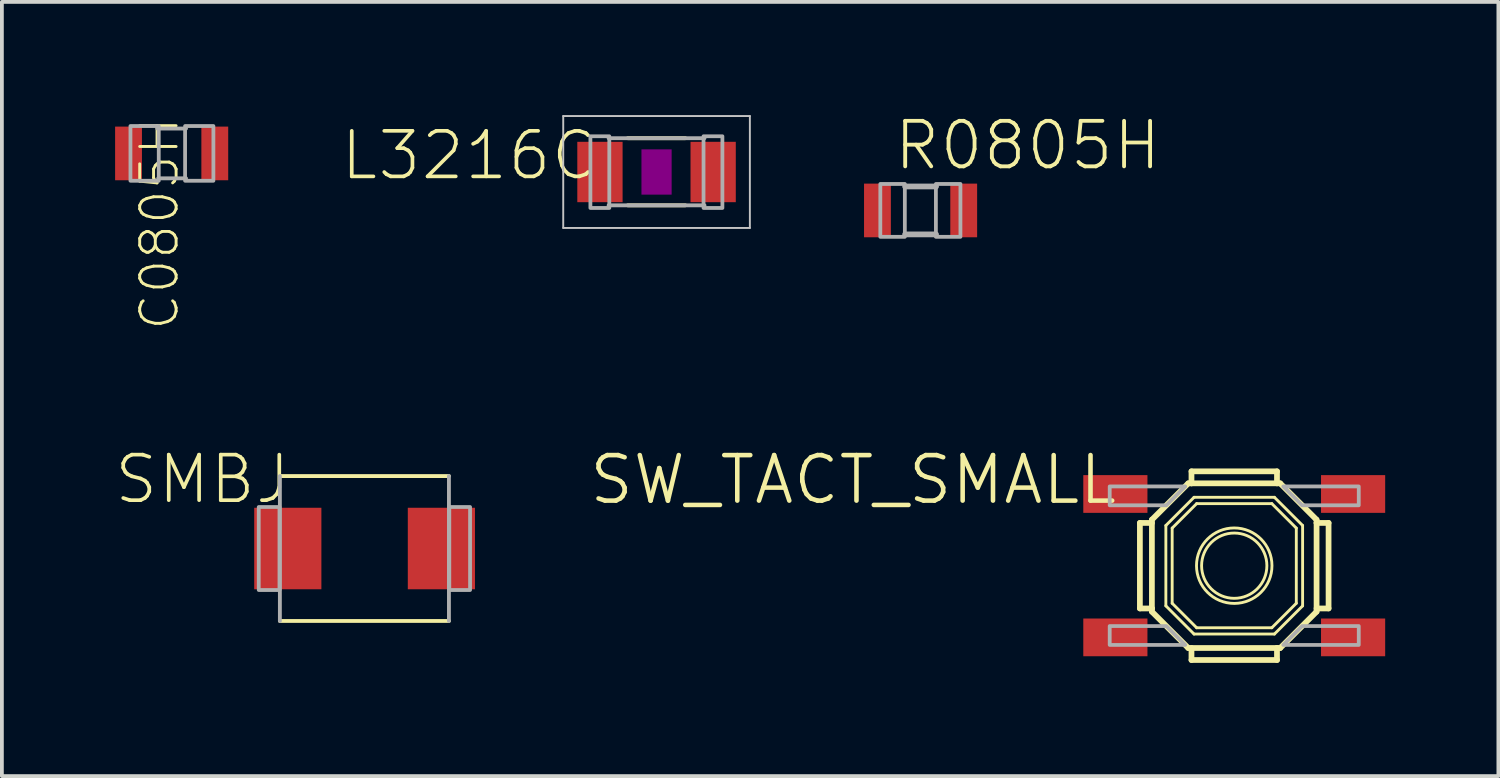
<source format=kicad_pcb>
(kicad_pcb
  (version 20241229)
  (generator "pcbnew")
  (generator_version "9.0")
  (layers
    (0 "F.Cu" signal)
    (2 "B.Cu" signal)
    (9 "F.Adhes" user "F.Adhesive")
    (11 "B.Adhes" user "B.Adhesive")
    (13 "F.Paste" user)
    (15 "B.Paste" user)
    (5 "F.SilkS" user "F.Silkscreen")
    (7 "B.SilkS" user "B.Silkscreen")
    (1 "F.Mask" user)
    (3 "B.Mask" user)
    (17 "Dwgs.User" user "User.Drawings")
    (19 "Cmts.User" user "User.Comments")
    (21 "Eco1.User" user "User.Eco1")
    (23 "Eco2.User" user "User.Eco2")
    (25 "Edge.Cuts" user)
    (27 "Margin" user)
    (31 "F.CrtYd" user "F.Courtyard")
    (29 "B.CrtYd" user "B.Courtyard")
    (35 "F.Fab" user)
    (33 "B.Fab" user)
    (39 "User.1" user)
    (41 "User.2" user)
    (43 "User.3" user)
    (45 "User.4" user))
  (footprint "SW_TACT_SMALL"
    (layer "F.Cu")
    (at 29.658 11.941)
    (property "Reference" "SW_TACT_SMALL" (at -3.04 -2.982 180) (layer "F.SilkS") (effects (font (size 1.206 1.206) (thickness 0.121)) (justify right top)))
    (attr through_hole)
    (fp_line (start -2.5 -1.133) (end -2.181 -1.133) (stroke (width 0.152) (type solid)) (layer "F.SilkS"))
    (fp_line (start -2.5 1.133) (end -2.5 -1.133) (stroke (width 0.152) (type solid)) (layer "F.SilkS"))
    (fp_line (start -2.182 -1.218) (end -1.218 -2.182) (stroke (width 0.152) (type solid)) (layer "F.SilkS"))
    (fp_line (start -2.182 1.133) (end -2.5 1.133) (stroke (width 0.152) (type solid)) (layer "F.SilkS"))
    (fp_line (start -2.182 1.133) (end -2.182 -1.218) (stroke (width 0.152) (type solid)) (layer "F.SilkS"))
    (fp_line (start -2.182 1.218) (end -2.182 1.133) (stroke (width 0.152) (type solid)) (layer "F.SilkS"))
    (fp_line (start -1.812 -1.065) (end -1.065 -1.812) (stroke (width 0.076) (type solid)) (layer "F.SilkS"))
    (fp_line (start -1.812 1.065) (end -1.812 -1.065) (stroke (width 0.076) (type solid)) (layer "F.SilkS"))
    (fp_line (start -1.645 -0.996) (end -0.996 -1.645) (stroke (width 0.076) (type solid)) (layer "F.SilkS"))
    (fp_line (start -1.645 0.996) (end -1.645 -0.996) (stroke (width 0.076) (type solid)) (layer "F.SilkS"))
    (fp_line (start -1.218 -2.182) (end -1.133 -2.182) (stroke (width 0.152) (type solid)) (layer "F.SilkS"))
    (fp_line (start -1.218 2.182) (end -2.182 1.218) (stroke (width 0.152) (type solid)) (layer "F.SilkS"))
    (fp_line (start -1.133 -2.5) (end 1.133 -2.5) (stroke (width 0.152) (type solid)) (layer "F.SilkS"))
    (fp_line (start -1.133 -2.182) (end -1.133 -2.5) (stroke (width 0.152) (type solid)) (layer "F.SilkS"))
    (fp_line (start -1.133 -2.182) (end 1.218 -2.182) (stroke (width 0.152) (type solid)) (layer "F.SilkS"))
    (fp_line (start -1.133 2.5) (end -1.133 2.181) (stroke (width 0.152) (type solid)) (layer "F.SilkS"))
    (fp_line (start -1.065 -1.812) (end 1.065 -1.812) (stroke (width 0.076) (type solid)) (layer "F.SilkS"))
    (fp_line (start -1.065 1.812) (end -1.812 1.065) (stroke (width 0.076) (type solid)) (layer "F.SilkS"))
    (fp_line (start -0.996 -1.645) (end 0.996 -1.645) (stroke (width 0.076) (type solid)) (layer "F.SilkS"))
    (fp_line (start -0.996 1.645) (end -1.645 0.996) (stroke (width 0.076) (type solid)) (layer "F.SilkS"))
    (fp_line (start 0.996 -1.645) (end 1.645 -0.996) (stroke (width 0.076) (type solid)) (layer "F.SilkS"))
    (fp_line (start 0.996 1.645) (end -0.996 1.645) (stroke (width 0.076) (type solid)) (layer "F.SilkS"))
    (fp_line (start 1.065 -1.812) (end 1.812 -1.065) (stroke (width 0.076) (type solid)) (layer "F.SilkS"))
    (fp_line (start 1.065 1.812) (end -1.065 1.812) (stroke (width 0.076) (type solid)) (layer "F.SilkS"))
    (fp_line (start 1.133 -2.5) (end 1.133 -2.181) (stroke (width 0.152) (type solid)) (layer "F.SilkS"))
    (fp_line (start 1.133 2.182) (end -1.218 2.182) (stroke (width 0.152) (type solid)) (layer "F.SilkS"))
    (fp_line (start 1.133 2.182) (end 1.133 2.5) (stroke (width 0.152) (type solid)) (layer "F.SilkS"))
    (fp_line (start 1.133 2.5) (end -1.133 2.5) (stroke (width 0.152) (type solid)) (layer "F.SilkS"))
    (fp_line (start 1.218 -2.182) (end 2.182 -1.218) (stroke (width 0.152) (type solid)) (layer "F.SilkS"))
    (fp_line (start 1.218 2.182) (end 1.133 2.182) (stroke (width 0.152) (type solid)) (layer "F.SilkS"))
    (fp_line (start 1.645 -0.996) (end 1.645 0.996) (stroke (width 0.076) (type solid)) (layer "F.SilkS"))
    (fp_line (start 1.645 0.996) (end 0.996 1.645) (stroke (width 0.076) (type solid)) (layer "F.SilkS"))
    (fp_line (start 1.812 -1.065) (end 1.812 1.065) (stroke (width 0.076) (type solid)) (layer "F.SilkS"))
    (fp_line (start 1.812 1.065) (end 1.065 1.812) (stroke (width 0.076) (type solid)) (layer "F.SilkS"))
    (fp_line (start 2.182 -1.218) (end 2.182 -1.133) (stroke (width 0.152) (type solid)) (layer "F.SilkS"))
    (fp_line (start 2.182 -1.133) (end 2.182 1.218) (stroke (width 0.152) (type solid)) (layer "F.SilkS"))
    (fp_line (start 2.182 -1.133) (end 2.5 -1.133) (stroke (width 0.152) (type solid)) (layer "F.SilkS"))
    (fp_line (start 2.182 1.218) (end 1.218 2.182) (stroke (width 0.152) (type solid)) (layer "F.SilkS"))
    (fp_line (start 2.5 -1.133) (end 2.5 1.133) (stroke (width 0.152) (type solid)) (layer "F.SilkS"))
    (fp_line (start 2.5 1.133) (end 2.181 1.133) (stroke (width 0.152) (type solid)) (layer "F.SilkS"))
    (fp_circle (center 0 0) (end 0.865 0) (stroke (width 0.076) (type solid)) (fill no) (layer "F.SilkS"))
    (fp_circle (center 0 0) (end 1 0) (stroke (width 0.076) (type solid)) (fill no) (layer "F.SilkS"))
    (fp_poly (pts (xy -1.3 -2.1) (xy -3.3 -2.1) (xy -3.3 -1.6) (xy -1.8 -1.6)) (stroke (width 0.1) (type solid)) (fill no) (layer "F.Fab"))
    (fp_poly (pts (xy -1.3 2.1) (xy -3.3 2.1) (xy -3.3 1.6) (xy -1.8 1.6)) (stroke (width 0.1) (type solid)) (fill no) (layer "F.Fab"))
    (fp_poly (pts (xy 1.3 -2.1) (xy 3.3 -2.1) (xy 3.3 -1.6) (xy 1.8 -1.6)) (stroke (width 0.1) (type solid)) (fill no) (layer "F.Fab"))
    (fp_poly (pts (xy 1.3 2.1) (xy 3.3 2.1) (xy 3.3 1.6) (xy 1.8 1.6)) (stroke (width 0.1) (type solid)) (fill no) (layer "F.Fab"))
    (pad "1" smd rect (at -3.15 -1.9 90) (size 1 1.7) (layers "F.Cu" "F.Mask" "F.Paste"))
    (pad "2" smd rect (at 3.15 -1.9 90) (size 1 1.7) (layers "F.Cu" "F.Mask" "F.Paste"))
    (pad "3" smd rect (at -3.15 1.9 90) (size 1 1.7) (layers "F.Cu" "F.Mask" "F.Paste"))
    (pad "4" smd rect (at 3.15 1.9 90) (size 1 1.7) (layers "F.Cu" "F.Mask" "F.Paste")))
  (footprint "L3216C"
    (layer "F.Cu")
    (at 14.349 1.508)
    (property "Reference" "L3216C" (at -1.524 -1.143 180) (layer "F.SilkS") (effects (font (size 1.206 1.206) (thickness 0.097)) (justify right top)))
    (attr through_hole)
    (fp_line (start -0.762 -0.896) (end 0.762 -0.896) (stroke (width 0.102) (type solid)) (layer "F.SilkS"))
    (fp_line (start -0.762 0.883) (end 0.762 0.883) (stroke (width 0.102) (type solid)) (layer "F.SilkS"))
    (fp_poly (pts (xy -0.4 0.6) (xy 0.4 0.6) (xy 0.4 -0.6) (xy -0.4 -0.6)) (stroke (width 0) (type solid)) (fill yes) (layer "F.Adhes"))
    (fp_line (start -2.473 -1.483) (end 2.473 -1.483) (stroke (width 0.051) (type solid)) (layer "Dwgs.User"))
    (fp_line (start -2.473 1.483) (end -2.473 -1.483) (stroke (width 0.051) (type solid)) (layer "Dwgs.User"))
    (fp_line (start 2.473 -1.483) (end 2.473 1.483) (stroke (width 0.051) (type solid)) (layer "Dwgs.User"))
    (fp_line (start 2.473 1.483) (end -2.473 1.483) (stroke (width 0.051) (type solid)) (layer "Dwgs.User"))
    (fp_line (start -1.27 -0.896) (end 1.27 -0.896) (stroke (width 0.102) (type solid)) (layer "F.Fab"))
    (fp_line (start -1.27 0.883) (end 1.27 0.883) (stroke (width 0.102) (type solid)) (layer "F.Fab"))
    (fp_poly (pts (xy -1.753 0.953) (xy -1.252 0.953) (xy -1.252 -0.947) (xy -1.753 -0.947)) (stroke (width 0.1) (type solid)) (fill no) (layer "F.Fab"))
    (fp_poly (pts (xy 1.245 0.953) (xy 1.745 0.953) (xy 1.745 -0.947) (xy 1.245 -0.947)) (stroke (width 0.1) (type solid)) (fill no) (layer "F.Fab"))
    (pad "1" smd rect (at -1.5 0) (size 1.2 1.6) (layers "F.Cu" "F.Mask" "F.Paste"))
    (pad "2" smd rect (at 1.5 0) (size 1.2 1.6) (layers "F.Cu" "F.Mask" "F.Paste")))
  (footprint "SMBJ"
    (layer "F.Cu")
    (at 6.607 11.486)
    (property "Reference" "SMBJ" (at -1.905 -2.54 0) (layer "F.SilkS") (effects (font (size 1.206 1.206) (thickness 0.097)) (justify right top)))
    (attr through_hole)
    (fp_line (start -2.24 -1.92) (end 2.24 -1.92) (stroke (width 0.102) (type solid)) (layer "F.SilkS"))
    (fp_line (start 2.24 1.92) (end -2.24 1.92) (stroke (width 0.102) (type solid)) (layer "F.SilkS"))
    (fp_line (start -2.24 1.92) (end -2.24 -1.92) (stroke (width 0.102) (type solid)) (layer "F.Fab"))
    (fp_line (start 2.24 -1.92) (end 2.24 1.92) (stroke (width 0.102) (type solid)) (layer "F.Fab"))
    (fp_poly (pts (xy -2.8 1.1) (xy -2.25 1.1) (xy -2.25 -1.1) (xy -2.8 -1.1)) (stroke (width 0.1) (type solid)) (fill no) (layer "F.Fab"))
    (fp_poly (pts (xy 2.25 1.1) (xy 2.8 1.1) (xy 2.8 -1.1) (xy 2.25 -1.1)) (stroke (width 0.1) (type solid)) (fill no) (layer "F.Fab"))
    (pad "A" smd rect (at 2.04 0 180) (size 1.78 2.16) (layers "F.Cu" "F.Mask" "F.Paste"))
    (pad "C" smd rect (at -2.03 0) (size 1.78 2.16) (layers "F.Cu" "F.Mask" "F.Paste")))
  (footprint "C0805H"
    (layer "F.Cu")
    (at 1.499 1.016)
    (property "Reference" "C0805H" (at -0.889 -1.016 90) (layer "F.SilkS") (effects (font (size 0.965 0.965) (thickness 0.077)) (justify right top)))
    (attr through_hole)
    (fp_line (start -0.381 -0.66) (end 0.381 -0.66) (stroke (width 0.102) (type solid)) (layer "F.Fab"))
    (fp_line (start -0.356 0.66) (end 0.381 0.66) (stroke (width 0.102) (type solid)) (layer "F.Fab"))
    (fp_poly (pts (xy -1.092 0.724) (xy -0.342 0.724) (xy -0.342 -0.726) (xy -1.092 -0.726)) (stroke (width 0.1) (type solid)) (fill no) (layer "F.Fab"))
    (fp_poly (pts (xy 0.356 0.724) (xy 1.106 0.724) (xy 1.106 -0.726) (xy 0.356 -0.726)) (stroke (width 0.1) (type solid)) (fill no) (layer "F.Fab"))
    (pad "P$1" smd rect (at -1.143 0 90) (size 1.422 0.711) (layers "F.Cu" "F.Mask" "F.Paste"))
    (pad "P$2" smd rect (at 1.143 0 90) (size 1.422 0.711) (layers "F.Cu" "F.Mask" "F.Paste")))
  (footprint "R0805H"
    (layer "F.Cu")
    (at 21.346 2.527)
    (property "Reference" "R0805H" (at -0.762 -1.016 0) (layer "F.SilkS") (effects (font (size 1.206 1.206) (thickness 0.102)) (justify left bottom)))
    (attr through_hole)
    (fp_line (start -0.41 -0.635) (end 0.41 -0.635) (stroke (width 0.152) (type solid)) (layer "F.Fab"))
    (fp_line (start -0.41 0.635) (end 0.41 0.635) (stroke (width 0.152) (type solid)) (layer "F.Fab"))
    (fp_poly (pts (xy -1.067 0.699) (xy -0.417 0.699) (xy -0.417 -0.702) (xy -1.067 -0.702)) (stroke (width 0.1) (type solid)) (fill no) (layer "F.Fab"))
    (fp_poly (pts (xy 0.406 0.699) (xy 1.056 0.699) (xy 1.056 -0.702) (xy 0.406 -0.702)) (stroke (width 0.1) (type solid)) (fill no) (layer "F.Fab"))
    (pad "P$1" smd rect (at -1.143 0 90) (size 1.422 0.711) (layers "F.Cu" "F.Mask" "F.Paste"))
    (pad "P$2" smd rect (at 1.143 0 90) (size 1.422 0.711) (layers "F.Cu" "F.Mask" "F.Paste")))
  (gr_rect
    (start -3 -3)
    (end 36.658 17.517)
    (stroke (width 0.1) (type default))
    (fill no)
    (layer "Edge.Cuts")))
</source>
